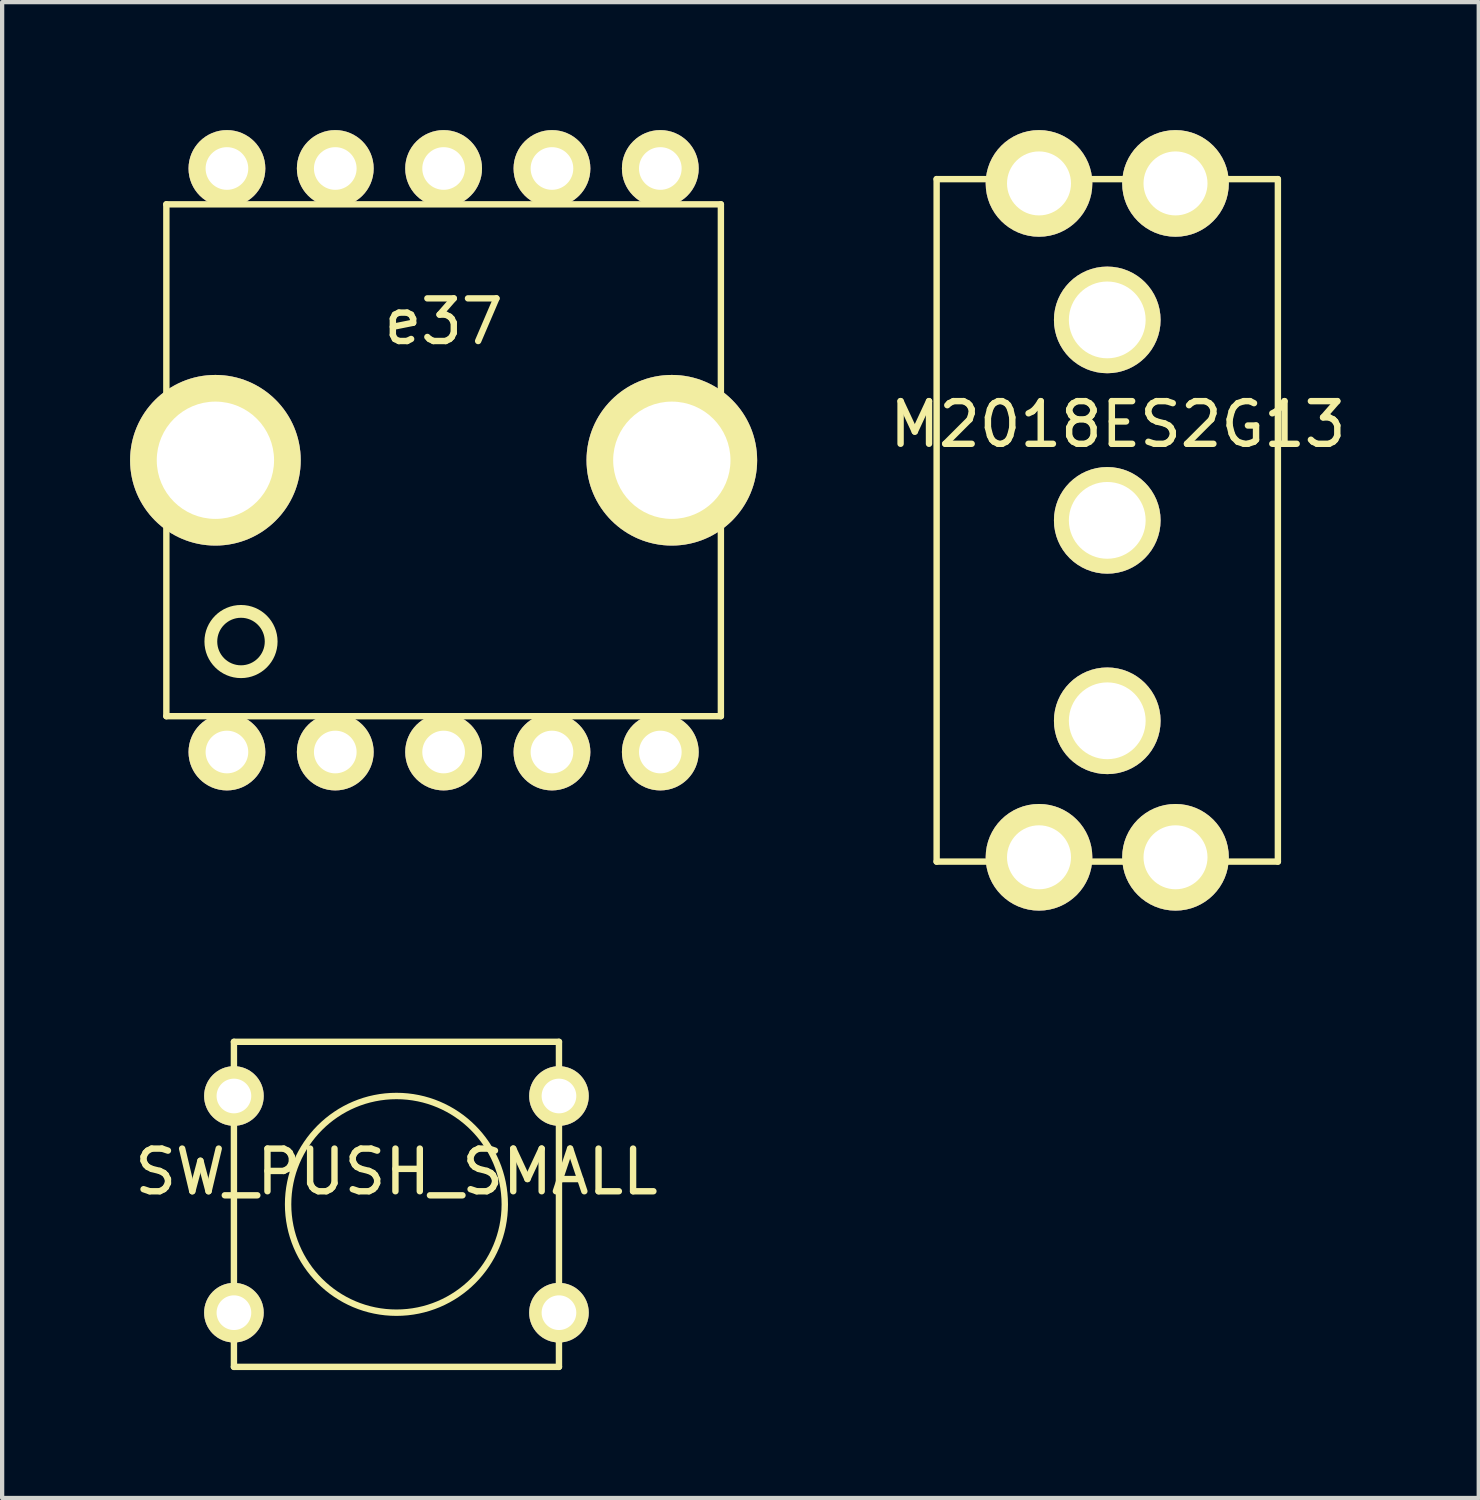
<source format=kicad_pcb>
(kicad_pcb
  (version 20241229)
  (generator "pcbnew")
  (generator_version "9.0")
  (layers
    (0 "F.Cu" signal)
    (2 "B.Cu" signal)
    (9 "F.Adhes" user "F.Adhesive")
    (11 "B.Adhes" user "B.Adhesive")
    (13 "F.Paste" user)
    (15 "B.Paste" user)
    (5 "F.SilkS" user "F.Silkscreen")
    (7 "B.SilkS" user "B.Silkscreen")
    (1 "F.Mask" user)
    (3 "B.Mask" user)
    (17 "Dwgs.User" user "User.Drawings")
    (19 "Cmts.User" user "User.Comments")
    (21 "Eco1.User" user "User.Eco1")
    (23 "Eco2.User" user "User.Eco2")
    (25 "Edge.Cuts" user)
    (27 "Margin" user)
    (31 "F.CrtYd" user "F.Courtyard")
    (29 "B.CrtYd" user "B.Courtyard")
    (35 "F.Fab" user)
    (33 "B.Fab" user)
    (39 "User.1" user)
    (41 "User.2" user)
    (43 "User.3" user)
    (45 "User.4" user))
  (footprint "SW_PUSH_SMALL"
    (layer "F.Cu")
    (at 6.244 25.184)
    (property "Reference" "SW_PUSH_SMALL" (at 0 -0.762 0) (layer "F.SilkS") (effects (font (size 1 1) (thickness 0.15))))
    (attr through_hole)
    (fp_line (start -3.81 -3.81) (end -3.81 3.81) (stroke (width 0.15) (type solid)) (layer "F.SilkS"))
    (fp_line (start -3.81 -3.81) (end 3.81 -3.81) (stroke (width 0.15) (type solid)) (layer "F.SilkS"))
    (fp_line (start 3.81 -3.81) (end 3.81 3.81) (stroke (width 0.15) (type solid)) (layer "F.SilkS"))
    (fp_line (start 3.81 3.81) (end -3.81 3.81) (stroke (width 0.15) (type solid)) (layer "F.SilkS"))
    (fp_circle (center 0 0) (end 0 -2.54) (stroke (width 0.15) (type solid)) (fill no) (layer "F.SilkS"))
    (pad "1" thru_hole circle (at -3.81 -2.54) (size 1.397 1.397) (drill 0.813) (layers "*.Cu" "*.Mask" "F.SilkS"))
    (pad "1" thru_hole circle (at 3.81 -2.54) (size 1.397 1.397) (drill 0.813) (layers "*.Cu" "*.Mask" "F.SilkS"))
    (pad "2" thru_hole circle (at -3.81 2.54) (size 1.397 1.397) (drill 0.813) (layers "*.Cu" "*.Mask" "F.SilkS"))
    (pad "2" thru_hole circle (at 3.81 2.54) (size 1.397 1.397) (drill 0.813) (layers "*.Cu" "*.Mask" "F.SilkS")))
  (footprint "e37"
    (layer "F.Cu")
    (at 7.35 7.74)
    (property "Reference" "e37" (at 0 -3.25 0) (layer "F.SilkS") (effects (font (size 1 1) (thickness 0.15))))
    (attr through_hole)
    (fp_line (start -6.5 -6) (end 6.5 -6) (stroke (width 0.15) (type solid)) (layer "F.SilkS"))
    (fp_line (start -6.5 6) (end -6.5 -6) (stroke (width 0.15) (type solid)) (layer "F.SilkS"))
    (fp_line (start 6.5 -6) (end 6.5 6) (stroke (width 0.15) (type solid)) (layer "F.SilkS"))
    (fp_line (start 6.5 6) (end -6.5 6) (stroke (width 0.15) (type solid)) (layer "F.SilkS"))
    (fp_circle (center -4.75 4.25) (end -4.25 3.75) (stroke (width 0.3) (type solid)) (fill no) (layer "F.SilkS"))
    (pad "" thru_hole circle (at -5.35 0) (size 4 4) (drill 2.75) (layers "*.Cu" "*.Mask" "F.SilkS"))
    (pad "" thru_hole circle (at 5.35 0) (size 4 4) (drill 2.75) (layers "*.Cu" "*.Mask" "F.SilkS"))
    (pad "1" thru_hole circle (at -5.08 6.84) (size 1.8 1.8) (drill 1) (layers "*.Cu" "*.Mask" "F.SilkS"))
    (pad "2" thru_hole circle (at -2.54 6.84) (size 1.8 1.8) (drill 1) (layers "*.Cu" "*.Mask" "F.SilkS"))
    (pad "3" thru_hole circle (at 0 6.84) (size 1.8 1.8) (drill 1) (layers "*.Cu" "*.Mask" "F.SilkS"))
    (pad "4" thru_hole circle (at 2.54 6.84) (size 1.8 1.8) (drill 1) (layers "*.Cu" "*.Mask" "F.SilkS"))
    (pad "5" thru_hole circle (at 5.08 6.84) (size 1.8 1.8) (drill 1) (layers "*.Cu" "*.Mask" "F.SilkS"))
    (pad "6" thru_hole circle (at 5.08 -6.84) (size 1.8 1.8) (drill 1) (layers "*.Cu" "*.Mask" "F.SilkS"))
    (pad "7" thru_hole circle (at 2.54 -6.84) (size 1.8 1.8) (drill 1) (layers "*.Cu" "*.Mask" "F.SilkS"))
    (pad "8" thru_hole circle (at 0 -6.84) (size 1.8 1.8) (drill 1) (layers "*.Cu" "*.Mask" "F.SilkS"))
    (pad "9" thru_hole circle (at -2.54 -6.84) (size 1.8 1.8) (drill 1) (layers "*.Cu" "*.Mask" "F.SilkS"))
    (pad "10" thru_hole circle (at -5.08 -6.84) (size 1.8 1.8) (drill 1) (layers "*.Cu" "*.Mask" "F.SilkS")))
  (footprint "M2018ES2G13"
    (layer "F.Cu")
    (at 22.908 9.149)
    (property "Reference" "M2018ES2G13" (at 0.25 -2.25 0) (layer "F.SilkS") (effects (font (size 1 1) (thickness 0.15))))
    (attr through_hole)
    (fp_line (start -4 -8) (end 4 -8) (stroke (width 0.15) (type solid)) (layer "F.SilkS"))
    (fp_line (start -4 8) (end -4 -8) (stroke (width 0.15) (type solid)) (layer "F.SilkS"))
    (fp_line (start 4 -8) (end 4 8) (stroke (width 0.15) (type solid)) (layer "F.SilkS"))
    (fp_line (start 4 8) (end -4 8) (stroke (width 0.15) (type solid)) (layer "F.SilkS"))
    (pad "" thru_hole circle (at -1.6 -7.899) (size 2.5 2.5) (drill 1.5) (layers "*.Cu" "*.Mask" "F.SilkS"))
    (pad "" thru_hole circle (at -1.6 7.899) (size 2.5 2.5) (drill 1.5) (layers "*.Cu" "*.Mask" "F.SilkS"))
    (pad "" thru_hole circle (at 1.6 -7.899) (size 2.5 2.5) (drill 1.5) (layers "*.Cu" "*.Mask" "F.SilkS"))
    (pad "" thru_hole circle (at 1.6 7.899) (size 2.5 2.5) (drill 1.5) (layers "*.Cu" "*.Mask" "F.SilkS"))
    (pad "1" thru_hole circle (at 0 4.699) (size 2.5 2.5) (drill 1.8) (layers "*.Cu" "*.Mask" "F.SilkS"))
    (pad "2" thru_hole circle (at 0 0) (size 2.5 2.5) (drill 1.8) (layers "*.Cu" "*.Mask" "F.SilkS"))
    (pad "3" thru_hole circle (at 0 -4.699) (size 2.5 2.5) (drill 1.8) (layers "*.Cu" "*.Mask" "F.SilkS")))
  (gr_rect
    (start -3 -3)
    (end 31.617 32.069)
    (stroke (width 0.1) (type default))
    (fill no)
    (layer "Edge.Cuts")))
</source>
